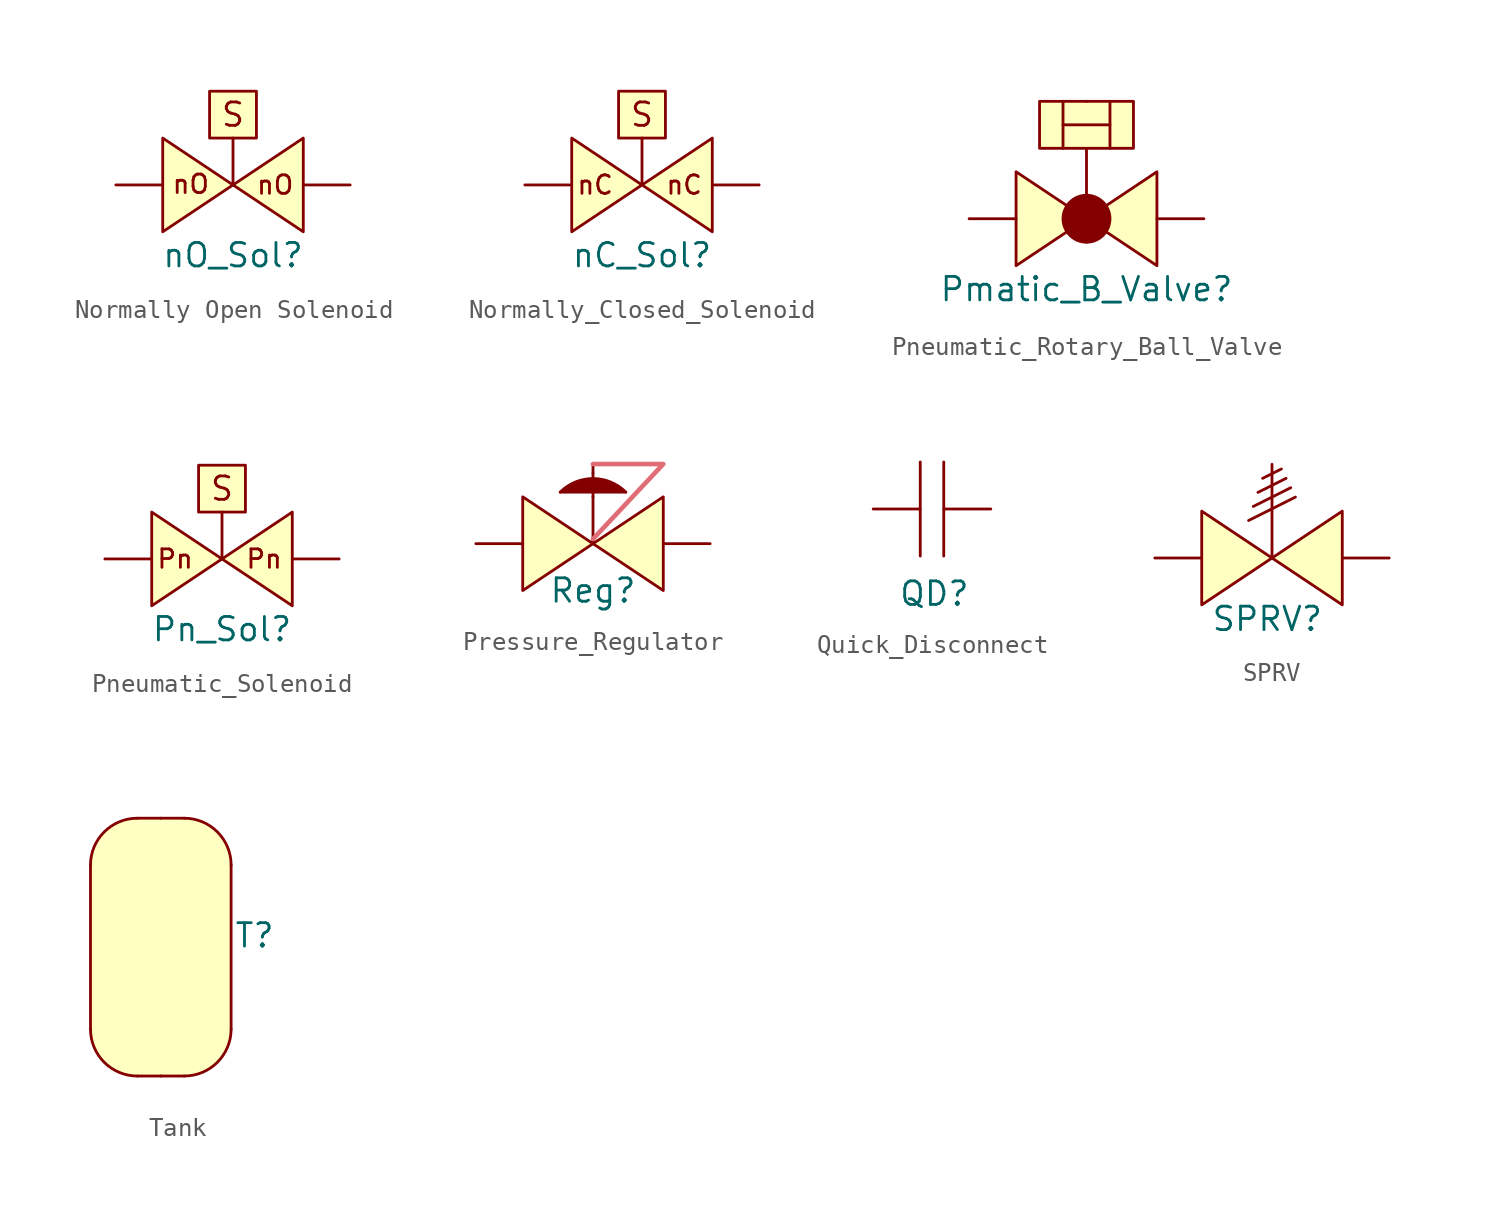
<source format=kicad_sym>
(kicad_symbol_lib
  (version 20241209)
  (generator "kicad_symbol_editor")
  (generator_version "9.0")
  (symbol "Normally Open Solenoid"
    (property "Reference" "nO_Sol"
      (at 3.81 -3.81 0)
      (effects (font (size 1.27 1.27))))
    (property "Value" ""
      (at 0 0 0)
      (effects (font (size 1.27 1.27))))
    (symbol "Normally Open Solenoid_0_1"
      (polyline (pts (xy 3.81 0) (xy 3.81 2.54)) (stroke (width 0) (type default)) (fill (type none))))
    (symbol "Normally Open Solenoid_1_1"
      (polyline (pts (xy 0 0) (xy 0 2.54) (xy 3.81 0) (xy 0 -2.54) (xy 0 0)) (stroke (width 0) (type default)) (fill (type background)))
      (polyline (pts (xy 3.81 2.54) (xy 2.54 2.54) (xy 2.54 5.08) (xy 5.08 5.08) (xy 5.08 2.54) (xy 3.81 2.54)) (stroke (width 0) (type default)) (fill (type background)))
      (polyline (pts (xy 3.81 0) (xy 7.62 2.54) (xy 7.62 -2.54) (xy 3.81 0)) (stroke (width 0) (type default)) (fill (type background)))
      (text "nO\n\n" (at 1.524 -0.762 0) (effects (font (size 1 1))))
      (text "S\n" (at 3.81 3.81 0) (effects (font (size 1.27 1.27))))
      (text "nO" (at 6.096 0 0) (effects (font (size 1 1))))
      (pin passive line (at -2.54 0 0) (length 2.54) (name "" (effects (font (size 1.27 1.27)))) (number "" (effects (font (size 1.27 1.27)))))
      (pin passive line (at 10.16 0 180) (length 2.54) (name "" (effects (font (size 1.27 1.27)))) (number "" (effects (font (size 1.27 1.27)))))))
  (symbol "Normally_Closed_Solenoid"
    (property "Reference" "nC_Sol"
      (at 0 -3.81 0)
      (effects (font (size 1.27 1.27))))
    (property "Value" ""
      (at 0 -2.54 0)
      (effects (font (size 1.27 1.27))))
    (symbol "Normally_Closed_Solenoid_0_1"
      (polyline (pts (xy 0 0) (xy 0 2.54)) (stroke (width 0) (type default)) (fill (type none))))
    (symbol "Normally_Closed_Solenoid_1_1"
      (polyline (pts (xy -3.81 0) (xy -3.81 2.54) (xy 0 0) (xy -3.81 -2.54) (xy -3.81 0)) (stroke (width 0) (type default)) (fill (type background)))
      (polyline (pts (xy 0 2.54) (xy -1.27 2.54) (xy -1.27 5.08) (xy 1.27 5.08) (xy 1.27 2.54) (xy 0 2.54)) (stroke (width 0) (type default)) (fill (type background)))
      (polyline (pts (xy 0 0) (xy 3.81 2.54) (xy 3.81 -2.54) (xy 0 0)) (stroke (width 0) (type default)) (fill (type background)))
      (text "nC" (at -2.54 0 0) (effects (font (size 1 1))))
      (text "S\n" (at 0 3.81 0) (effects (font (size 1.27 1.27))))
      (text "nC" (at 2.286 0 0) (effects (font (size 1 1))))
      (pin passive line (at -6.35 0 0) (length 2.54) (name "" (effects (font (size 1.27 1.27)))) (number "" (effects (font (size 1.27 1.27)))))
      (pin passive line (at 6.35 0 180) (length 2.54) (name "" (effects (font (size 1.27 1.27)))) (number "" (effects (font (size 1.27 1.27)))))))
  (symbol "Pneumatic_Rotary_Ball_Valve"
    (property "Reference" "Pmatic_B_Valve"
      (at 0 -3.81 0)
      (effects (font (size 1.27 1.27))))
    (property "Value" ""
      (at 0 0 0)
      (effects (font (size 1.27 1.27))))
    (symbol "Pneumatic_Rotary_Ball_Valve_1_1"
      (polyline (pts (xy -1.27 5.08) (xy 1.27 5.08)) (stroke (width 0) (type default)) (fill (type none)))
      (polyline (pts (xy -1.27 3.81) (xy -1.27 6.35)) (stroke (width 0) (type default)) (fill (type none)))
      (polyline (pts (xy 0 0) (xy -3.81 2.54) (xy -3.81 -2.54) (xy 0 0)) (stroke (width 0) (type default)) (fill (type background)))
      (polyline (pts (xy 0 0) (xy 3.81 2.54) (xy 3.81 -2.54) (xy 0 0)) (stroke (width 0) (type default)) (fill (type background)))
      (polyline (pts (xy 0 0) (xy 0 2.54) (xy 0 3.81) (xy -2.54 3.81) (xy -2.54 6.35) (xy 2.54 6.35) (xy 2.54 3.81) (xy 0 3.81)) (stroke (width 0) (type default)) (fill (type background)))
      (circle (center 0 0) (radius 1.27) (stroke (width 0) (type default)) (fill (type outline)))
      (polyline (pts (xy 1.27 6.35) (xy 1.27 3.81)) (stroke (width 0) (type default)) (fill (type none)))
      (pin passive line (at -6.35 0 0) (length 2.54) (name "" (effects (font (size 1.27 1.27)))) (number "" (effects (font (size 1.27 1.27)))))
      (pin passive line (at 0 6.35 270) (length 0) (name "" (effects (font (size 1.27 1.27)))) (number "" (effects (font (size 1.27 1.27)))))
      (pin passive line (at 0 -1.27 90) (length 0) (name "" (effects (font (size 1.27 1.27)))) (number "" (effects (font (size 1.27 1.27)))))
      (pin passive line (at 6.35 0 180) (length 2.54) (name "" (effects (font (size 1.27 1.27)))) (number "" (effects (font (size 1.27 1.27)))))))
  (symbol "Pneumatic_Solenoid"
    (property "Reference" "Pn_Sol"
      (at 0 -3.81 0)
      (effects (font (size 1.27 1.27))))
    (property "Value" ""
      (at 0 0 0)
      (effects (font (size 1.27 1.27))))
    (symbol "Pneumatic_Solenoid_0_1"
      (polyline (pts (xy 0 0) (xy 0 2.54)) (stroke (width 0) (type default)) (fill (type none))))
    (symbol "Pneumatic_Solenoid_1_1"
      (polyline (pts (xy -3.81 0) (xy -3.81 2.54) (xy 0 0) (xy -3.81 -2.54) (xy -3.81 0)) (stroke (width 0) (type default)) (fill (type background)))
      (polyline (pts (xy 0 2.54) (xy -1.27 2.54) (xy -1.27 5.08) (xy 1.27 5.08) (xy 1.27 2.54) (xy 0 2.54)) (stroke (width 0) (type default)) (fill (type background)))
      (polyline (pts (xy 0 0) (xy 3.81 2.54) (xy 3.81 -2.54) (xy 0 0)) (stroke (width 0) (type default)) (fill (type background)))
      (text "Pn" (at -2.54 0 0) (effects (font (size 1 1))))
      (text "S\n" (at 0 3.81 0) (effects (font (size 1.27 1.27))))
      (text "Pn" (at 2.286 0 0) (effects (font (size 1 1))))
      (pin passive line (at -6.35 0 0) (length 2.54) (name "" (effects (font (size 1.27 1.27)))) (number "" (effects (font (size 1.27 1.27)))))
      (pin passive line (at 6.35 0 180) (length 2.54) (name "" (effects (font (size 1.27 1.27)))) (number "" (effects (font (size 1.27 1.27)))))))
  (symbol "Pressure_Regulator"
    (property "Reference" "Reg"
      (at 3.81 -2.54 0)
      (effects (font (size 1.27 1.27))))
    (property "Value" ""
      (at 0 0 0)
      (effects (font (size 1.27 1.27))))
    (symbol "Pressure_Regulator_0_1"
      (polyline (pts (xy 2.032 2.794) (xy 5.588 2.794)) (stroke (width 0) (type default)) (fill (type none)))
      (polyline (pts (xy 3.81 2.54) (xy 3.81 2.794)) (stroke (width 0) (type default)) (fill (type none)))
      (polyline (pts (xy 3.81 0) (xy 3.81 2.54)) (stroke (width 0) (type default)) (fill (type none))))
    (symbol "Pressure_Regulator_1_1"
      (polyline (pts (xy 0 0) (xy 0 2.54) (xy 3.81 0) (xy 0 -2.54) (xy 0 0)) (stroke (width 0) (type default)) (fill (type background)))
      (polyline (pts (xy 2.032 2.794) (xy 5.588 2.794) (xy 5.334 3.048) (xy 4.826 3.302) (xy 3.81 3.556) (xy 2.794 3.302) (xy 2.286 3.048) (xy 2.032 2.794)) (stroke (width 0.01) (type default)) (fill (type outline)))
      (polyline (pts (xy 3.81 4.318) (xy 3.81 3.81)) (stroke (width 0) (type default)) (fill (type none)))
      (polyline (pts (xy 3.81 3.81) (xy 3.81 3.556)) (stroke (width 0) (type default)) (fill (type none)))
      (arc (start 2.032 2.794) (mid 3.81 3.5305) (end 5.588 2.794) (stroke (width 0) (type default)) (fill (type none)))
      (polyline (pts (xy 3.81 0.254) (xy 7.62 4.318) (xy 3.81 4.318)) (stroke (width 0.25) (type default) (color 224 108 117 1)) (fill (type none)))
      (polyline (pts (xy 3.81 0) (xy 7.62 2.54) (xy 7.62 -2.54) (xy 3.81 0)) (stroke (width 0) (type default)) (fill (type background)))
      (pin passive line (at -2.54 0 0) (length 2.54) (name "" (effects (font (size 1.27 1.27)))) (number "" (effects (font (size 1.27 1.27)))))
      (pin passive line (at 10.16 0 180) (length 2.54) (name "" (effects (font (size 1.27 1.27)))) (number "" (effects (font (size 1.27 1.27)))))))
  (symbol "Quick_Disconnect"
    (property "Reference" "QD"
      (at 0.762 -4.572 0)
      (effects (font (size 1.27 1.27))))
    (property "Value" ""
      (at 0 0 0)
      (effects (font (size 1.27 1.27))))
    (symbol "Quick_Disconnect_0_1"
      (polyline (pts (xy 0 0) (xy 0 2.54) (xy 0 0) (xy 0 -2.54)) (stroke (width 0) (type default)) (fill (type none)))
      (polyline (pts (xy 1.27 2.54) (xy 1.27 -2.54)) (stroke (width 0) (type default)) (fill (type none))))
    (symbol "Quick_Disconnect_1_1"
      (pin passive line (at -2.54 0 0) (length 2.54) (name "" (effects (font (size 1.27 1.27)))) (number "" (effects (font (size 1.27 1.27)))))
      (pin passive line (at 3.81 0 180) (length 2.54) (name "" (effects (font (size 1.27 1.27)))) (number "" (effects (font (size 1.27 1.27)))))))
  (symbol "SPRV"
    (property "Reference" "SPRV"
      (at 3.556 -3.302 0)
      (effects (font (size 1.27 1.27))))
    (property "Value" ""
      (at 0 0 0)
      (effects (font (size 1.27 1.27))))
    (symbol "SPRV_0_1"
      (polyline (pts (xy 3.81 0) (xy 3.81 5.08)) (stroke (width 0) (type default)) (fill (type none)))
      (polyline (pts (xy 4.318 4.826) (xy 3.302 4.318)) (stroke (width 0) (type default)) (fill (type none)))
      (polyline (pts (xy 4.572 4.318) (xy 3.048 3.556)) (stroke (width 0) (type default)) (fill (type none)))
      (polyline (pts (xy 4.826 3.81) (xy 2.794 2.794)) (stroke (width 0) (type default)) (fill (type none)))
      (polyline (pts (xy 5.08 3.302) (xy 2.54 2.032)) (stroke (width 0) (type default)) (fill (type none))))
    (symbol "SPRV_1_1"
      (polyline (pts (xy 0 0) (xy 0 2.54) (xy 3.81 0) (xy 0 -2.54) (xy 0 0)) (stroke (width 0) (type default)) (fill (type background)))
      (polyline (pts (xy 3.81 0) (xy 7.62 2.54) (xy 7.62 -2.54) (xy 3.81 0)) (stroke (width 0) (type default)) (fill (type background)))
      (pin passive line (at -2.54 0 0) (length 2.54) (name "" (effects (font (size 1.27 1.27)))) (number "" (effects (font (size 1.27 1.27)))))
      (pin passive line (at 10.16 0 180) (length 2.54) (name "" (effects (font (size 1.27 1.27)))) (number "" (effects (font (size 1.27 1.27)))))))
  (symbol "Tank"
    (property "Reference" "T"
      (at 6.35 5.08 0)
      (effects (font (size 1.27 1.27))))
    (property "Value" ""
      (at 0 0 0)
      (effects (font (size 1.27 1.27))))
    (symbol "Tank_0_1"
      (polyline (pts (xy -2.54 0) (xy -2.54 8.89)) (stroke (width 0) (type default)) (fill (type none)))
      (arc (start -2.54 8.89) (mid -1.7961 10.6861) (end 0 11.43) (stroke (width 0) (type default)) (fill (type none)))
      (arc (start 0 -2.54) (mid -1.7961 -1.7961) (end -2.54 0) (stroke (width 0) (type default)) (fill (type none)))
      (polyline (pts (xy 0 11.43) (xy 2.54 11.43)) (stroke (width 0) (type default)) (fill (type none)))
      (polyline (pts (xy 0 -2.54) (xy 2.54 -2.54)) (stroke (width 0) (type default)) (fill (type none)))
      (arc (start 2.54 11.43) (mid 4.3361 10.6861) (end 5.08 8.89) (stroke (width 0) (type default)) (fill (type none)))
      (arc (start 5.08 0) (mid 4.3361 -1.7961) (end 2.54 -2.54) (stroke (width 0) (type default)) (fill (type none)))
      (polyline (pts (xy 5.08 0) (xy 5.08 8.89)) (stroke (width 0) (type default)) (fill (type none))))
    (symbol "Tank_1_1"
      (polyline (pts (xy -2.54 0) (xy -2.286 -1.016) (xy -2.032 -1.524) (xy -1.524 -2.032) (xy -1.016 -2.286) (xy -0.254 -2.54) (xy 1.524 -2.54) (xy 2.286 -2.54) (xy 3.048 -2.54) (xy 4.064 -2.032) (xy 4.572 -1.524) (xy 4.826 -1.016) (xy 5.08 0) (xy 5.08 3.81) (xy 5.08 8.89) (xy 4.826 9.906) (xy 4.318 10.668) (xy 3.81 11.176) (xy 3.048 11.43) (xy 1.524 11.43) (xy 0.508 11.43) (xy -0.254 11.43) (xy -1.016 11.176) (xy -1.524 10.922) (xy -2.032 10.414) (xy -2.54 9.144) (xy -2.54 0)) (stroke (width -0.0001) (type default)) (fill (type background)))
      (pin passive line (at 1.27 11.43 270) (length 0) (name "" (effects (font (size 1.27 1.27)))) (number "" (effects (font (size 1.27 1.27)))))
      (pin passive line (at 1.27 -2.54 90) (length 0) (name "" (effects (font (size 1.27 1.27)))) (number "" (effects (font (size 1.27 1.27))))))))
</source>
